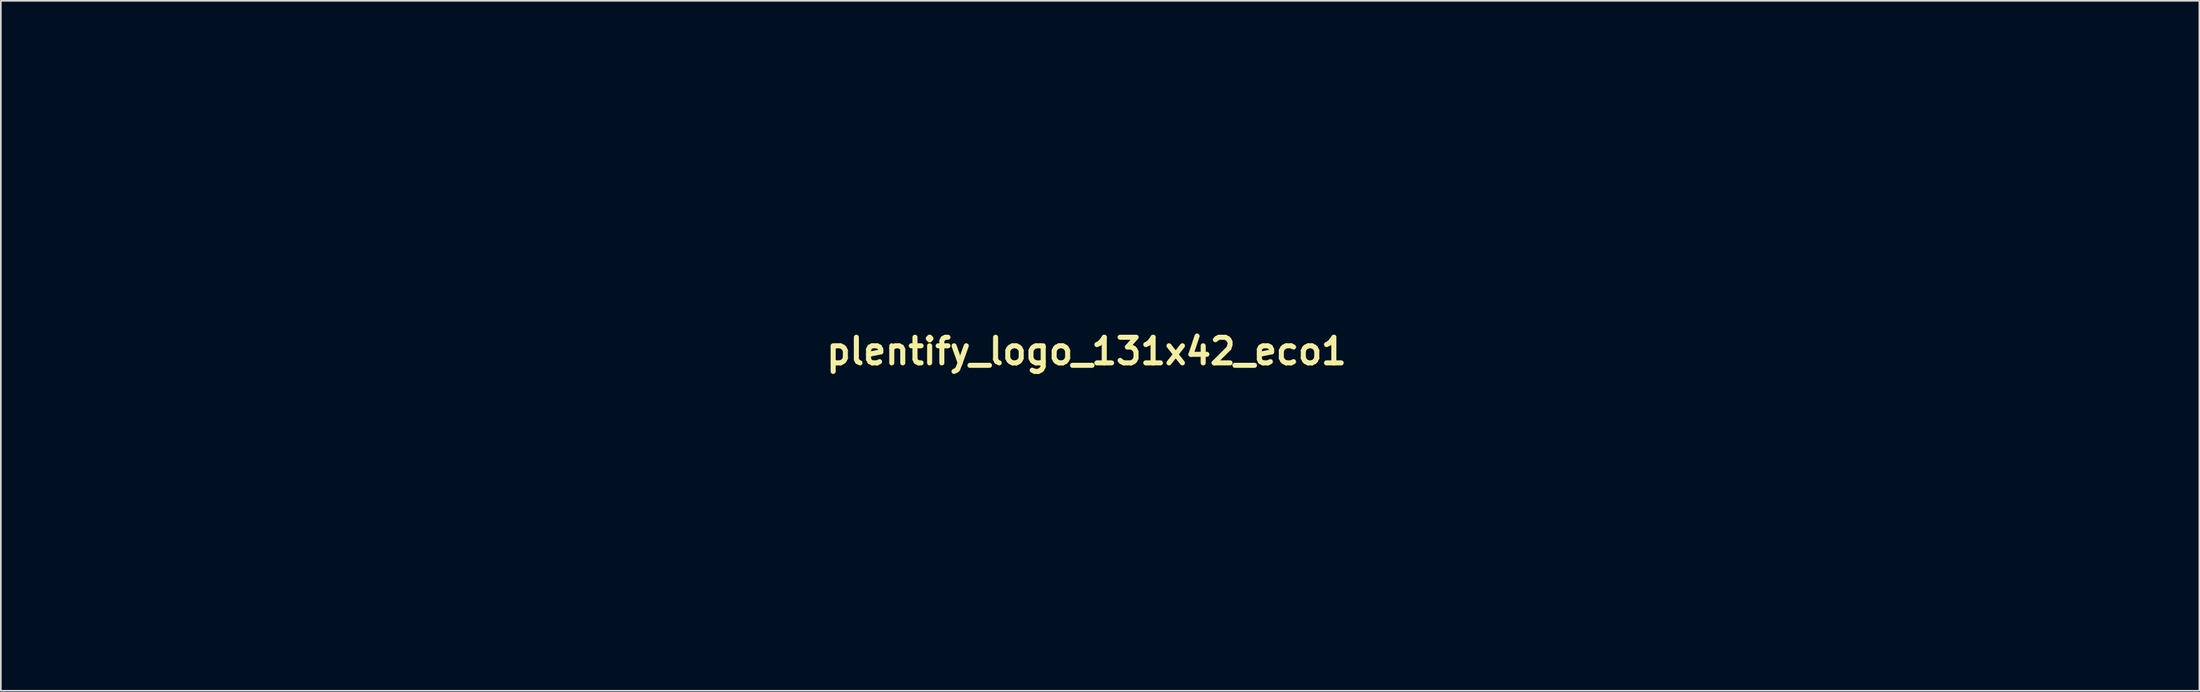
<source format=kicad_pcb>
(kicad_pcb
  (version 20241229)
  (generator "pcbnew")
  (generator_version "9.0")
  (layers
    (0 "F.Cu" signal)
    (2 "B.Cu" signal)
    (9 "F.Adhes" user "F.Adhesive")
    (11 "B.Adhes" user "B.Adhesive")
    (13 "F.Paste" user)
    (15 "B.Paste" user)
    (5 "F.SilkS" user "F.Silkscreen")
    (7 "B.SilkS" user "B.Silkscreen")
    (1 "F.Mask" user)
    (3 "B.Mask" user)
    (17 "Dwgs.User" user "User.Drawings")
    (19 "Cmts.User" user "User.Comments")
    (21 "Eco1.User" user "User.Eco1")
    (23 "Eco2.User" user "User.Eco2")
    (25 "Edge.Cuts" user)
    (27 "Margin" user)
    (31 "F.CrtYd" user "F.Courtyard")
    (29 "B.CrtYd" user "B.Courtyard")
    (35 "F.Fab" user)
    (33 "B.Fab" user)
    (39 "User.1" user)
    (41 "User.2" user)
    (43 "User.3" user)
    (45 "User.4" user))
  (footprint "plentify_logo_131x42_eco1"
    (layer "F.Cu")
    (at 61.518 17.845)
    (property "Reference" "plentify_logo_131x42_eco1" (at 0 0 0) (layer "F.SilkS") (effects (font (size 1.524 1.524) (thickness 0.3))))
    (attr through_hole)
    (fp_poly (pts (xy -33.655 10.287) (xy -39.285 10.287) (xy -39.285 -16.679) (xy -33.655 -16.679) (xy -33.655 10.287)) (stroke (width 0.01) (type solid)) (fill no) (layer "Eco1.User"))
    (fp_poly (pts (xy 29.125 10.287) (xy 23.495 10.287) (xy 23.495 -9.525) (xy 29.125 -9.525) (xy 29.125 10.287)) (stroke (width 0.01) (type solid)) (fill no) (layer "Eco1.User"))
    (fp_poly (pts (xy -5.318 4.317) (xy -5.313 4.436) (xy -5.309 4.627) (xy -5.304 4.881) (xy -5.301 5.194) (xy -5.297 5.558) (xy -5.295 5.965) (xy -5.293 6.411) (xy -5.292 6.887) (xy -5.292 7.281) (xy -5.292 10.287) (xy -10.964 10.287) (xy -10.964 9.575) (xy -10.415 9.213) (xy -9.775 8.78) (xy -9.2 8.368) (xy -8.677 7.966) (xy -8.192 7.564) (xy -7.733 7.152) (xy -7.572 6.999) (xy -7.02 6.446) (xy -6.531 5.903) (xy -6.09 5.352) (xy -5.679 4.774) (xy -5.567 4.604) (xy -5.471 4.46) (xy -5.39 4.349) (xy -5.336 4.285) (xy -5.323 4.276) (xy -5.318 4.317)) (stroke (width 0.01) (type solid)) (fill no) (layer "Eco1.User"))
    (fp_poly (pts (xy -5.292 -8.65) (xy -5.488 -8.51) (xy -5.847 -8.216) (xy -6.219 -7.841) (xy -6.601 -7.39) (xy -6.99 -6.865) (xy -7.385 -6.269) (xy -7.543 -6.011) (xy -7.687 -5.77) (xy -7.84 -5.503) (xy -8.008 -5.205) (xy -8.193 -4.867) (xy -8.4 -4.482) (xy -8.634 -4.042) (xy -8.897 -3.54) (xy -9.139 -3.078) (xy -9.431 -2.519) (xy -9.704 -2.002) (xy -9.955 -1.532) (xy -10.183 -1.111) (xy -10.385 -0.743) (xy -10.56 -0.432) (xy -10.706 -0.182) (xy -10.819 0.004) (xy -10.9 0.122) (xy -10.944 0.169) (xy -10.947 0.169) (xy -10.949 0.128) (xy -10.951 0.007) (xy -10.953 -0.188) (xy -10.955 -0.452) (xy -10.957 -0.779) (xy -10.959 -1.164) (xy -10.96 -1.602) (xy -10.962 -2.088) (xy -10.963 -2.616) (xy -10.963 -3.181) (xy -10.964 -3.778) (xy -10.964 -4.401) (xy -10.964 -4.678) (xy -10.964 -9.525) (xy -5.292 -9.525) (xy -5.292 -8.65)) (stroke (width 0.01) (type solid)) (fill no) (layer "Eco1.User"))
    (fp_poly (pts (xy 26.31 -17.84) (xy 26.56 -17.838) (xy 26.748 -17.831) (xy 26.898 -17.816) (xy 27.033 -17.79) (xy 27.176 -17.75) (xy 27.263 -17.722) (xy 27.773 -17.516) (xy 28.227 -17.246) (xy 28.623 -16.917) (xy 28.958 -16.531) (xy 29.23 -16.092) (xy 29.435 -15.603) (xy 29.572 -15.066) (xy 29.598 -14.903) (xy 29.619 -14.505) (xy 29.579 -14.077) (xy 29.483 -13.645) (xy 29.336 -13.232) (xy 29.221 -12.996) (xy 28.926 -12.542) (xy 28.578 -12.152) (xy 28.176 -11.828) (xy 27.724 -11.571) (xy 27.222 -11.382) (xy 26.683 -11.264) (xy 26.48 -11.237) (xy 26.318 -11.226) (xy 26.16 -11.232) (xy 25.969 -11.254) (xy 25.896 -11.265) (xy 25.366 -11.383) (xy 24.875 -11.574) (xy 24.427 -11.835) (xy 24.028 -12.16) (xy 23.684 -12.545) (xy 23.398 -12.986) (xy 23.178 -13.478) (xy 23.128 -13.626) (xy 23.079 -13.79) (xy 23.047 -13.932) (xy 23.027 -14.078) (xy 23.017 -14.252) (xy 23.014 -14.479) (xy 23.014 -14.563) (xy 23.016 -14.809) (xy 23.024 -14.995) (xy 23.041 -15.145) (xy 23.069 -15.284) (xy 23.113 -15.435) (xy 23.132 -15.494) (xy 23.34 -16.01) (xy 23.61 -16.468) (xy 23.94 -16.868) (xy 24.331 -17.208) (xy 24.78 -17.486) (xy 25.287 -17.703) (xy 25.4 -17.741) (xy 25.546 -17.783) (xy 25.683 -17.812) (xy 25.834 -17.829) (xy 26.02 -17.838) (xy 26.266 -17.84) (xy 26.31 -17.84)) (stroke (width 0.01) (type solid)) (fill no) (layer "Eco1.User"))
    (fp_poly (pts (xy 40.774 -16.866) (xy 41.19 -16.826) (xy 41.671 -16.766) (xy 42.155 -16.688) (xy 42.617 -16.596) (xy 43.034 -16.496) (xy 43.296 -16.42) (xy 43.434 -16.376) (xy 43.434 -14.026) (xy 43.434 -13.52) (xy 43.433 -13.092) (xy 43.432 -12.736) (xy 43.43 -12.446) (xy 43.428 -12.214) (xy 43.424 -12.035) (xy 43.418 -11.902) (xy 43.411 -11.809) (xy 43.402 -11.749) (xy 43.392 -11.716) (xy 43.379 -11.702) (xy 43.363 -11.703) (xy 43.36 -11.704) (xy 43.226 -11.749) (xy 43.029 -11.805) (xy 42.789 -11.866) (xy 42.526 -11.928) (xy 42.26 -11.987) (xy 42.011 -12.038) (xy 41.799 -12.076) (xy 41.722 -12.087) (xy 41.167 -12.141) (xy 40.678 -12.141) (xy 40.251 -12.087) (xy 39.886 -11.977) (xy 39.58 -11.81) (xy 39.331 -11.582) (xy 39.137 -11.294) (xy 38.996 -10.944) (xy 38.906 -10.529) (xy 38.865 -10.049) (xy 38.862 -9.857) (xy 38.862 -9.271) (xy 43.392 -9.271) (xy 43.392 -4.657) (xy 38.947 -4.657) (xy 38.947 10.287) (xy 33.274 10.287) (xy 33.274 -4.657) (xy 30.946 -4.657) (xy 30.946 -9.313) (xy 33.274 -9.313) (xy 33.274 -10.149) (xy 33.292 -10.967) (xy 33.346 -11.712) (xy 33.439 -12.391) (xy 33.571 -13.01) (xy 33.745 -13.572) (xy 33.961 -14.085) (xy 34.223 -14.553) (xy 34.531 -14.981) (xy 34.881 -15.369) (xy 35.321 -15.757) (xy 35.81 -16.089) (xy 36.35 -16.364) (xy 36.943 -16.584) (xy 37.591 -16.749) (xy 38.296 -16.859) (xy 39.06 -16.915) (xy 39.885 -16.917) (xy 40.774 -16.866)) (stroke (width 0.01) (type solid)) (fill no) (layer "Eco1.User"))
    (fp_poly (pts (xy 16.298 -9.525) (xy 20.913 -9.525) (xy 20.913 -4.657) (xy 16.297 -4.657) (xy 16.308 -0.138) (xy 16.32 4.381) (xy 16.42 4.666) (xy 16.572 4.982) (xy 16.782 5.236) (xy 17.049 5.429) (xy 17.376 5.561) (xy 17.409 5.57) (xy 17.562 5.597) (xy 17.775 5.618) (xy 18.024 5.629) (xy 18.142 5.63) (xy 18.812 5.589) (xy 19.48 5.463) (xy 20.146 5.253) (xy 20.548 5.086) (xy 20.689 5.022) (xy 20.798 4.975) (xy 20.853 4.954) (xy 20.855 4.953) (xy 20.858 4.994) (xy 20.86 5.112) (xy 20.862 5.299) (xy 20.863 5.548) (xy 20.864 5.85) (xy 20.863 6.199) (xy 20.863 6.585) (xy 20.861 7.003) (xy 20.86 7.228) (xy 20.849 9.504) (xy 20.405 9.725) (xy 20.03 9.894) (xy 19.597 10.06) (xy 19.132 10.215) (xy 18.663 10.349) (xy 18.216 10.454) (xy 18.098 10.477) (xy 17.853 10.52) (xy 17.628 10.551) (xy 17.398 10.574) (xy 17.141 10.589) (xy 16.834 10.6) (xy 16.637 10.604) (xy 16.347 10.607) (xy 16.061 10.607) (xy 15.799 10.602) (xy 15.581 10.595) (xy 15.427 10.584) (xy 15.425 10.584) (xy 15.033 10.529) (xy 14.615 10.446) (xy 14.196 10.343) (xy 13.805 10.226) (xy 13.469 10.102) (xy 13.441 10.091) (xy 12.913 9.834) (xy 12.45 9.541) (xy 12.047 9.206) (xy 11.7 8.825) (xy 11.407 8.391) (xy 11.162 7.899) (xy 10.962 7.344) (xy 10.803 6.721) (xy 10.725 6.308) (xy 10.713 6.236) (xy 10.704 6.157) (xy 10.695 6.067) (xy 10.687 5.96) (xy 10.679 5.831) (xy 10.673 5.677) (xy 10.668 5.492) (xy 10.663 5.271) (xy 10.659 5.01) (xy 10.655 4.705) (xy 10.652 4.349) (xy 10.649 3.939) (xy 10.646 3.47) (xy 10.644 2.937) (xy 10.642 2.335) (xy 10.639 1.66) (xy 10.637 0.906) (xy 10.637 0.603) (xy 10.623 -4.657) (xy 8.255 -4.657) (xy 8.255 -9.525) (xy 10.626 -9.525) (xy 10.626 -14.563) (xy 16.298 -14.563) (xy 16.298 -9.525)) (stroke (width 0.01) (type solid)) (fill no) (layer "Eco1.User"))
    (fp_poly (pts (xy -49.849 -9.809) (xy -48.954 -9.685) (xy -48.075 -9.493) (xy -47.22 -9.236) (xy -46.392 -8.914) (xy -45.599 -8.527) (xy -44.846 -8.077) (xy -44.14 -7.565) (xy -43.485 -6.991) (xy -43.371 -6.879) (xy -42.82 -6.28) (xy -42.338 -5.655) (xy -41.923 -4.996) (xy -41.572 -4.298) (xy -41.282 -3.554) (xy -41.05 -2.758) (xy -40.873 -1.905) (xy -40.783 -1.291) (xy -40.745 -0.899) (xy -40.72 -0.444) (xy -40.708 0.049) (xy -40.707 0.56) (xy -40.719 1.067) (xy -40.743 1.546) (xy -40.779 1.977) (xy -40.803 2.18) (xy -40.971 3.167) (xy -41.201 4.096) (xy -41.493 4.969) (xy -41.847 5.784) (xy -42.264 6.541) (xy -42.743 7.242) (xy -43.283 7.884) (xy -43.886 8.47) (xy -44.386 8.876) (xy -45.053 9.336) (xy -45.737 9.723) (xy -46.45 10.043) (xy -47.203 10.3) (xy -48.008 10.499) (xy -48.387 10.57) (xy -48.624 10.601) (xy -48.929 10.624) (xy -49.286 10.639) (xy -49.68 10.647) (xy -50.093 10.648) (xy -50.511 10.642) (xy -50.916 10.628) (xy -51.293 10.608) (xy -51.626 10.58) (xy -51.731 10.568) (xy -52.534 10.447) (xy -53.269 10.286) (xy -53.942 10.083) (xy -54.562 9.835) (xy -55.136 9.54) (xy -55.457 9.342) (xy -55.816 9.105) (xy -55.838 17.187) (xy -61.513 17.187) (xy -61.499 8.287) (xy -61.497 7.265) (xy -61.495 6.324) (xy -61.494 5.46) (xy -61.492 4.671) (xy -61.491 3.952) (xy -61.489 3.299) (xy -61.487 2.71) (xy -61.486 2.18) (xy -61.484 1.706) (xy -61.481 1.284) (xy -61.479 0.912) (xy -61.476 0.584) (xy -61.474 0.381) (xy -55.922 0.381) (xy -55.888 1.056) (xy -55.79 1.714) (xy -55.631 2.346) (xy -55.414 2.942) (xy -55.142 3.494) (xy -54.82 3.99) (xy -54.541 4.327) (xy -54.088 4.756) (xy -53.585 5.124) (xy -53.041 5.423) (xy -52.465 5.65) (xy -51.868 5.798) (xy -51.731 5.821) (xy -51.455 5.857) (xy -51.226 5.873) (xy -51.01 5.87) (xy -50.77 5.848) (xy -50.588 5.824) (xy -50.057 5.718) (xy -49.542 5.557) (xy -49.069 5.349) (xy -48.899 5.256) (xy -48.367 4.904) (xy -47.9 4.503) (xy -47.496 4.051) (xy -47.151 3.542) (xy -46.863 2.975) (xy -46.63 2.345) (xy -46.536 2.014) (xy -46.38 1.418) (xy -46.38 -0.614) (xy -46.535 -1.207) (xy -46.745 -1.876) (xy -47.012 -2.483) (xy -47.335 -3.028) (xy -47.716 -3.513) (xy -48.156 -3.94) (xy -48.204 -3.98) (xy -48.722 -4.356) (xy -49.273 -4.654) (xy -49.853 -4.875) (xy -50.457 -5.015) (xy -50.684 -5.046) (xy -51.268 -5.069) (xy -51.852 -5.011) (xy -52.43 -4.874) (xy -52.992 -4.659) (xy -53.53 -4.371) (xy -54.037 -4.011) (xy -54.1 -3.959) (xy -54.536 -3.542) (xy -54.916 -3.063) (xy -55.24 -2.53) (xy -55.504 -1.949) (xy -55.706 -1.325) (xy -55.843 -0.665) (xy -55.913 0.025) (xy -55.922 0.381) (xy -61.474 0.381) (xy -61.473 0.298) (xy -61.469 0.05) (xy -61.465 -0.164) (xy -61.461 -0.347) (xy -61.456 -0.503) (xy -61.45 -0.635) (xy -61.444 -0.747) (xy -61.437 -0.842) (xy -61.43 -0.925) (xy -61.422 -0.999) (xy -61.413 -1.067) (xy -61.404 -1.133) (xy -61.396 -1.185) (xy -61.219 -2.125) (xy -60.988 -3.002) (xy -60.701 -3.821) (xy -60.355 -4.587) (xy -59.947 -5.306) (xy -59.475 -5.982) (xy -58.935 -6.62) (xy -58.326 -7.225) (xy -57.89 -7.604) (xy -57.662 -7.779) (xy -57.377 -7.976) (xy -57.057 -8.183) (xy -56.723 -8.387) (xy -56.394 -8.573) (xy -56.092 -8.73) (xy -56.079 -8.737) (xy -55.234 -9.104) (xy -54.364 -9.399) (xy -53.475 -9.621) (xy -52.574 -9.773) (xy -51.664 -9.854) (xy -50.754 -9.866) (xy -49.849 -9.809)) (stroke (width 0.01) (type solid)) (fill no) (layer "Eco1.User"))
    (fp_poly (pts (xy 50.6 -3.567) (xy 50.615 2.392) (xy 50.727 2.857) (xy 50.89 3.415) (xy 51.096 3.9) (xy 51.348 4.318) (xy 51.648 4.67) (xy 51.999 4.961) (xy 52.405 5.193) (xy 52.868 5.371) (xy 52.99 5.406) (xy 53.186 5.455) (xy 53.358 5.488) (xy 53.535 5.508) (xy 53.745 5.517) (xy 53.975 5.52) (xy 54.234 5.518) (xy 54.436 5.508) (xy 54.609 5.488) (xy 54.781 5.455) (xy 54.97 5.407) (xy 55.467 5.238) (xy 55.905 5.012) (xy 56.287 4.726) (xy 56.614 4.379) (xy 56.889 3.967) (xy 57.114 3.489) (xy 57.291 2.943) (xy 57.324 2.813) (xy 57.425 2.392) (xy 57.437 -3.567) (xy 57.449 -9.525) (xy 63.122 -9.525) (xy 63.096 9.207) (xy 63 9.818) (xy 62.846 10.641) (xy 62.649 11.397) (xy 62.405 12.092) (xy 62.113 12.734) (xy 61.768 13.33) (xy 61.368 13.888) (xy 61.057 14.254) (xy 60.531 14.774) (xy 59.937 15.244) (xy 59.278 15.662) (xy 58.555 16.029) (xy 57.768 16.345) (xy 56.919 16.608) (xy 56.009 16.819) (xy 55.04 16.977) (xy 54.012 17.082) (xy 52.927 17.133) (xy 52.24 17.137) (xy 51.941 17.134) (xy 51.655 17.131) (xy 51.398 17.127) (xy 51.187 17.122) (xy 51.036 17.118) (xy 50.99 17.116) (xy 50.704 17.096) (xy 50.355 17.063) (xy 49.966 17.019) (xy 49.557 16.967) (xy 49.151 16.91) (xy 48.769 16.851) (xy 48.431 16.792) (xy 48.366 16.78) (xy 48 16.705) (xy 47.638 16.626) (xy 47.289 16.543) (xy 46.961 16.461) (xy 46.665 16.381) (xy 46.41 16.306) (xy 46.205 16.238) (xy 46.059 16.181) (xy 45.983 16.137) (xy 45.974 16.121) (xy 45.987 16.076) (xy 46.023 15.959) (xy 46.08 15.78) (xy 46.155 15.547) (xy 46.245 15.269) (xy 46.347 14.956) (xy 46.458 14.615) (xy 46.575 14.257) (xy 46.695 13.89) (xy 46.816 13.522) (xy 46.933 13.164) (xy 47.046 12.823) (xy 47.149 12.509) (xy 47.242 12.23) (xy 47.32 11.996) (xy 47.38 11.815) (xy 47.421 11.697) (xy 47.439 11.649) (xy 47.439 11.649) (xy 47.48 11.657) (xy 47.587 11.686) (xy 47.746 11.734) (xy 47.943 11.796) (xy 48.043 11.828) (xy 49.03 12.111) (xy 50.054 12.341) (xy 51.081 12.509) (xy 51.287 12.535) (xy 51.547 12.558) (xy 51.864 12.574) (xy 52.216 12.583) (xy 52.581 12.585) (xy 52.938 12.579) (xy 53.264 12.567) (xy 53.537 12.547) (xy 53.636 12.536) (xy 54.304 12.418) (xy 54.909 12.244) (xy 55.451 12.015) (xy 55.928 11.732) (xy 56.342 11.394) (xy 56.691 11.002) (xy 56.975 10.556) (xy 57.193 10.057) (xy 57.346 9.505) (xy 57.355 9.461) (xy 57.4 9.187) (xy 57.432 8.903) (xy 57.446 8.649) (xy 57.446 8.612) (xy 57.446 8.228) (xy 57.245 8.423) (xy 56.82 8.787) (xy 56.325 9.136) (xy 55.774 9.463) (xy 55.179 9.762) (xy 54.556 10.028) (xy 53.917 10.255) (xy 53.276 10.437) (xy 52.647 10.569) (xy 52.043 10.644) (xy 51.88 10.655) (xy 51.325 10.657) (xy 50.738 10.614) (xy 50.148 10.531) (xy 49.586 10.41) (xy 49.212 10.302) (xy 48.642 10.079) (xy 48.089 9.794) (xy 47.569 9.458) (xy 47.096 9.08) (xy 46.687 8.67) (xy 46.573 8.537) (xy 46.157 7.965) (xy 45.805 7.356) (xy 45.517 6.702) (xy 45.289 6) (xy 45.12 5.243) (xy 45.021 4.559) (xy 45.013 4.473) (xy 45.005 4.369) (xy 44.998 4.245) (xy 44.992 4.094) (xy 44.986 3.915) (xy 44.981 3.702) (xy 44.977 3.452) (xy 44.973 3.161) (xy 44.97 2.824) (xy 44.967 2.438) (xy 44.965 1.999) (xy 44.963 1.502) (xy 44.962 0.944) (xy 44.96 0.321) (xy 44.959 -0.371) (xy 44.959 -1.137) (xy 44.959 -1.98) (xy 44.958 -2.762) (xy 44.958 -9.525) (xy 50.585 -9.525) (xy 50.6 -3.567)) (stroke (width 0.01) (type solid)) (fill no) (layer "Eco1.User"))
    (fp_poly (pts (xy 1.111 -9.846) (xy 1.669 -9.792) (xy 2.195 -9.699) (xy 2.495 -9.625) (xy 3.169 -9.402) (xy 3.799 -9.108) (xy 4.381 -8.746) (xy 4.915 -8.317) (xy 5.398 -7.825) (xy 5.828 -7.27) (xy 6.204 -6.657) (xy 6.522 -5.987) (xy 6.781 -5.262) (xy 6.97 -4.53) (xy 6.999 -4.394) (xy 7.025 -4.266) (xy 7.049 -4.142) (xy 7.07 -4.016) (xy 7.09 -3.885) (xy 7.107 -3.744) (xy 7.122 -3.589) (xy 7.135 -3.416) (xy 7.147 -3.22) (xy 7.157 -2.997) (xy 7.166 -2.743) (xy 7.173 -2.453) (xy 7.179 -2.123) (xy 7.184 -1.749) (xy 7.187 -1.326) (xy 7.19 -0.851) (xy 7.193 -0.318) (xy 7.194 0.276) (xy 7.195 0.937) (xy 7.196 1.667) (xy 7.196 2.472) (xy 7.196 3.355) (xy 7.196 3.694) (xy 7.197 10.287) (xy 1.571 10.287) (xy 1.554 4.18) (xy 1.551 3.326) (xy 1.549 2.552) (xy 1.547 1.854) (xy 1.545 1.227) (xy 1.542 0.667) (xy 1.539 0.169) (xy 1.536 -0.27) (xy 1.532 -0.655) (xy 1.527 -0.991) (xy 1.521 -1.282) (xy 1.514 -1.533) (xy 1.506 -1.747) (xy 1.497 -1.93) (xy 1.486 -2.085) (xy 1.473 -2.218) (xy 1.459 -2.332) (xy 1.442 -2.432) (xy 1.424 -2.523) (xy 1.403 -2.608) (xy 1.381 -2.693) (xy 1.355 -2.781) (xy 1.333 -2.857) (xy 1.19 -3.221) (xy 0.99 -3.538) (xy 0.739 -3.797) (xy 0.446 -3.989) (xy 0.407 -4.008) (xy 0.279 -4.063) (xy 0.166 -4.098) (xy 0.043 -4.117) (xy -0.117 -4.125) (xy -0.296 -4.126) (xy -0.619 -4.112) (xy -0.892 -4.063) (xy -1.145 -3.97) (xy -1.407 -3.825) (xy -1.536 -3.741) (xy -1.824 -3.513) (xy -2.111 -3.222) (xy -2.401 -2.862) (xy -2.641 -2.519) (xy -2.755 -2.345) (xy -2.859 -2.182) (xy -2.96 -2.019) (xy -3.061 -1.849) (xy -3.168 -1.661) (xy -3.286 -1.447) (xy -3.42 -1.197) (xy -3.575 -0.903) (xy -3.756 -0.555) (xy -3.969 -0.144) (xy -4.061 0.036) (xy -4.412 0.71) (xy -4.735 1.316) (xy -5.033 1.862) (xy -5.314 2.356) (xy -5.581 2.809) (xy -5.841 3.227) (xy -6.098 3.621) (xy -6.358 3.999) (xy -6.626 4.371) (xy -6.667 4.426) (xy -7.262 5.177) (xy -7.909 5.899) (xy -8.591 6.577) (xy -9.293 7.195) (xy -9.694 7.512) (xy -10.555 8.114) (xy -11.466 8.653) (xy -12.428 9.13) (xy -13.444 9.545) (xy -14.514 9.899) (xy -15.64 10.192) (xy -16.823 10.424) (xy -18.064 10.596) (xy -18.584 10.649) (xy -18.793 10.665) (xy -19.061 10.68) (xy -19.374 10.694) (xy -19.718 10.707) (xy -20.079 10.718) (xy -20.445 10.727) (xy -20.799 10.734) (xy -21.13 10.738) (xy -21.423 10.739) (xy -21.665 10.737) (xy -21.84 10.731) (xy -21.886 10.728) (xy -22.919 10.603) (xy -23.908 10.409) (xy -24.853 10.147) (xy -25.751 9.819) (xy -26.6 9.425) (xy -27.399 8.967) (xy -28.146 8.444) (xy -28.838 7.86) (xy -29.474 7.213) (xy -30.052 6.506) (xy -30.211 6.287) (xy -30.677 5.557) (xy -31.072 4.79) (xy -31.4 3.982) (xy -31.66 3.127) (xy -31.856 2.221) (xy -31.926 1.778) (xy -31.957 1.464) (xy -31.976 1.086) (xy -31.98 0.663) (xy -31.973 0.216) (xy -31.952 -0.237) (xy -31.92 -0.675) (xy -31.876 -1.079) (xy -31.862 -1.185) (xy -26.444 -1.185) (xy -18.489 -1.185) (xy -18.511 -1.767) (xy -18.538 -2.177) (xy -18.59 -2.531) (xy -18.673 -2.856) (xy -18.794 -3.178) (xy -18.9 -3.408) (xy -19.157 -3.85) (xy -19.466 -4.23) (xy -19.833 -4.554) (xy -20.266 -4.828) (xy -20.426 -4.91) (xy -20.689 -5.032) (xy -20.919 -5.124) (xy -21.136 -5.189) (xy -21.359 -5.232) (xy -21.611 -5.256) (xy -21.911 -5.266) (xy -22.183 -5.267) (xy -22.459 -5.265) (xy -22.67 -5.26) (xy -22.834 -5.25) (xy -22.969 -5.233) (xy -23.095 -5.207) (xy -23.231 -5.17) (xy -23.304 -5.148) (xy -23.901 -4.927) (xy -24.439 -4.644) (xy -24.917 -4.303) (xy -25.334 -3.904) (xy -25.688 -3.45) (xy -25.978 -2.942) (xy -26.202 -2.382) (xy -26.359 -1.771) (xy -26.428 -1.323) (xy -26.444 -1.185) (xy -31.862 -1.185) (xy -31.757 -1.787) (xy -31.614 -2.406) (xy -31.44 -3.023) (xy -31.24 -3.618) (xy -31.02 -4.172) (xy -30.788 -4.666) (xy -30.725 -4.784) (xy -30.287 -5.506) (xy -29.782 -6.199) (xy -29.22 -6.852) (xy -28.612 -7.455) (xy -27.967 -7.996) (xy -27.335 -8.439) (xy -26.755 -8.77) (xy -26.113 -9.068) (xy -25.425 -9.328) (xy -24.71 -9.543) (xy -23.984 -9.707) (xy -23.267 -9.816) (xy -23.162 -9.827) (xy -22.751 -9.854) (xy -22.29 -9.862) (xy -21.805 -9.852) (xy -21.322 -9.825) (xy -20.867 -9.782) (xy -20.467 -9.724) (xy -20.426 -9.717) (xy -19.569 -9.516) (xy -18.757 -9.244) (xy -17.991 -8.902) (xy -17.274 -8.491) (xy -16.606 -8.013) (xy -15.991 -7.47) (xy -15.429 -6.862) (xy -14.924 -6.191) (xy -14.475 -5.46) (xy -14.087 -4.669) (xy -14.063 -4.614) (xy -13.778 -3.861) (xy -13.556 -3.074) (xy -13.396 -2.243) (xy -13.31 -1.545) (xy -13.275 -0.909) (xy -13.28 -0.226) (xy -13.324 0.48) (xy -13.405 1.182) (xy -13.521 1.856) (xy -13.613 2.261) (xy -13.641 2.371) (xy -20.007 2.371) (xy -20.87 2.371) (xy -21.653 2.371) (xy -22.358 2.371) (xy -22.991 2.372) (xy -23.554 2.373) (xy -24.053 2.374) (xy -24.49 2.376) (xy -24.869 2.378) (xy -25.195 2.38) (xy -25.472 2.383) (xy -25.703 2.386) (xy -25.892 2.39) (xy -26.043 2.395) (xy -26.161 2.4) (xy -26.248 2.406) (xy -26.309 2.412) (xy -26.348 2.42) (xy -26.368 2.428) (xy -26.374 2.436) (xy -26.358 2.577) (xy -26.315 2.77) (xy -26.252 2.991) (xy -26.176 3.216) (xy -26.094 3.421) (xy -26.078 3.456) (xy -25.819 3.917) (xy -25.485 4.35) (xy -25.084 4.75) (xy -24.623 5.113) (xy -24.108 5.433) (xy -23.548 5.706) (xy -22.948 5.927) (xy -22.317 6.092) (xy -22.162 6.122) (xy -21.912 6.156) (xy -21.594 6.179) (xy -21.224 6.192) (xy -20.818 6.195) (xy -20.391 6.187) (xy -19.96 6.17) (xy -19.541 6.142) (xy -19.287 6.119) (xy -18.229 5.979) (xy -17.227 5.778) (xy -16.278 5.514) (xy -15.378 5.186) (xy -14.524 4.79) (xy -13.714 4.326) (xy -12.944 3.791) (xy -12.212 3.184) (xy -11.514 2.503) (xy -10.847 1.745) (xy -10.209 0.91) (xy -9.667 0.106) (xy -9.506 -0.149) (xy -9.355 -0.391) (xy -9.21 -0.631) (xy -9.065 -0.877) (xy -8.914 -1.138) (xy -8.753 -1.425) (xy -8.577 -1.746) (xy -8.379 -2.111) (xy -8.155 -2.529) (xy -7.9 -3.009) (xy -7.789 -3.217) (xy -7.439 -3.873) (xy -7.119 -4.459) (xy -6.827 -4.982) (xy -6.558 -5.448) (xy -6.307 -5.864) (xy -6.069 -6.236) (xy -5.842 -6.572) (xy -5.62 -6.877) (xy -5.399 -7.16) (xy -5.175 -7.426) (xy -4.944 -7.682) (xy -4.856 -7.774) (xy -4.366 -8.25) (xy -3.865 -8.657) (xy -3.346 -9) (xy -2.801 -9.281) (xy -2.222 -9.502) (xy -1.601 -9.669) (xy -0.931 -9.782) (xy -0.203 -9.846) (xy 0.499 -9.864) (xy 1.111 -9.846)) (stroke (width 0.01) (type solid)) (fill no) (layer "Eco1.User")))
  (gr_rect
    (start -3 -3)
    (end 127.644 38.037)
    (stroke (width 0.1) (type default))
    (fill no)
    (layer "Edge.Cuts")))
</source>
